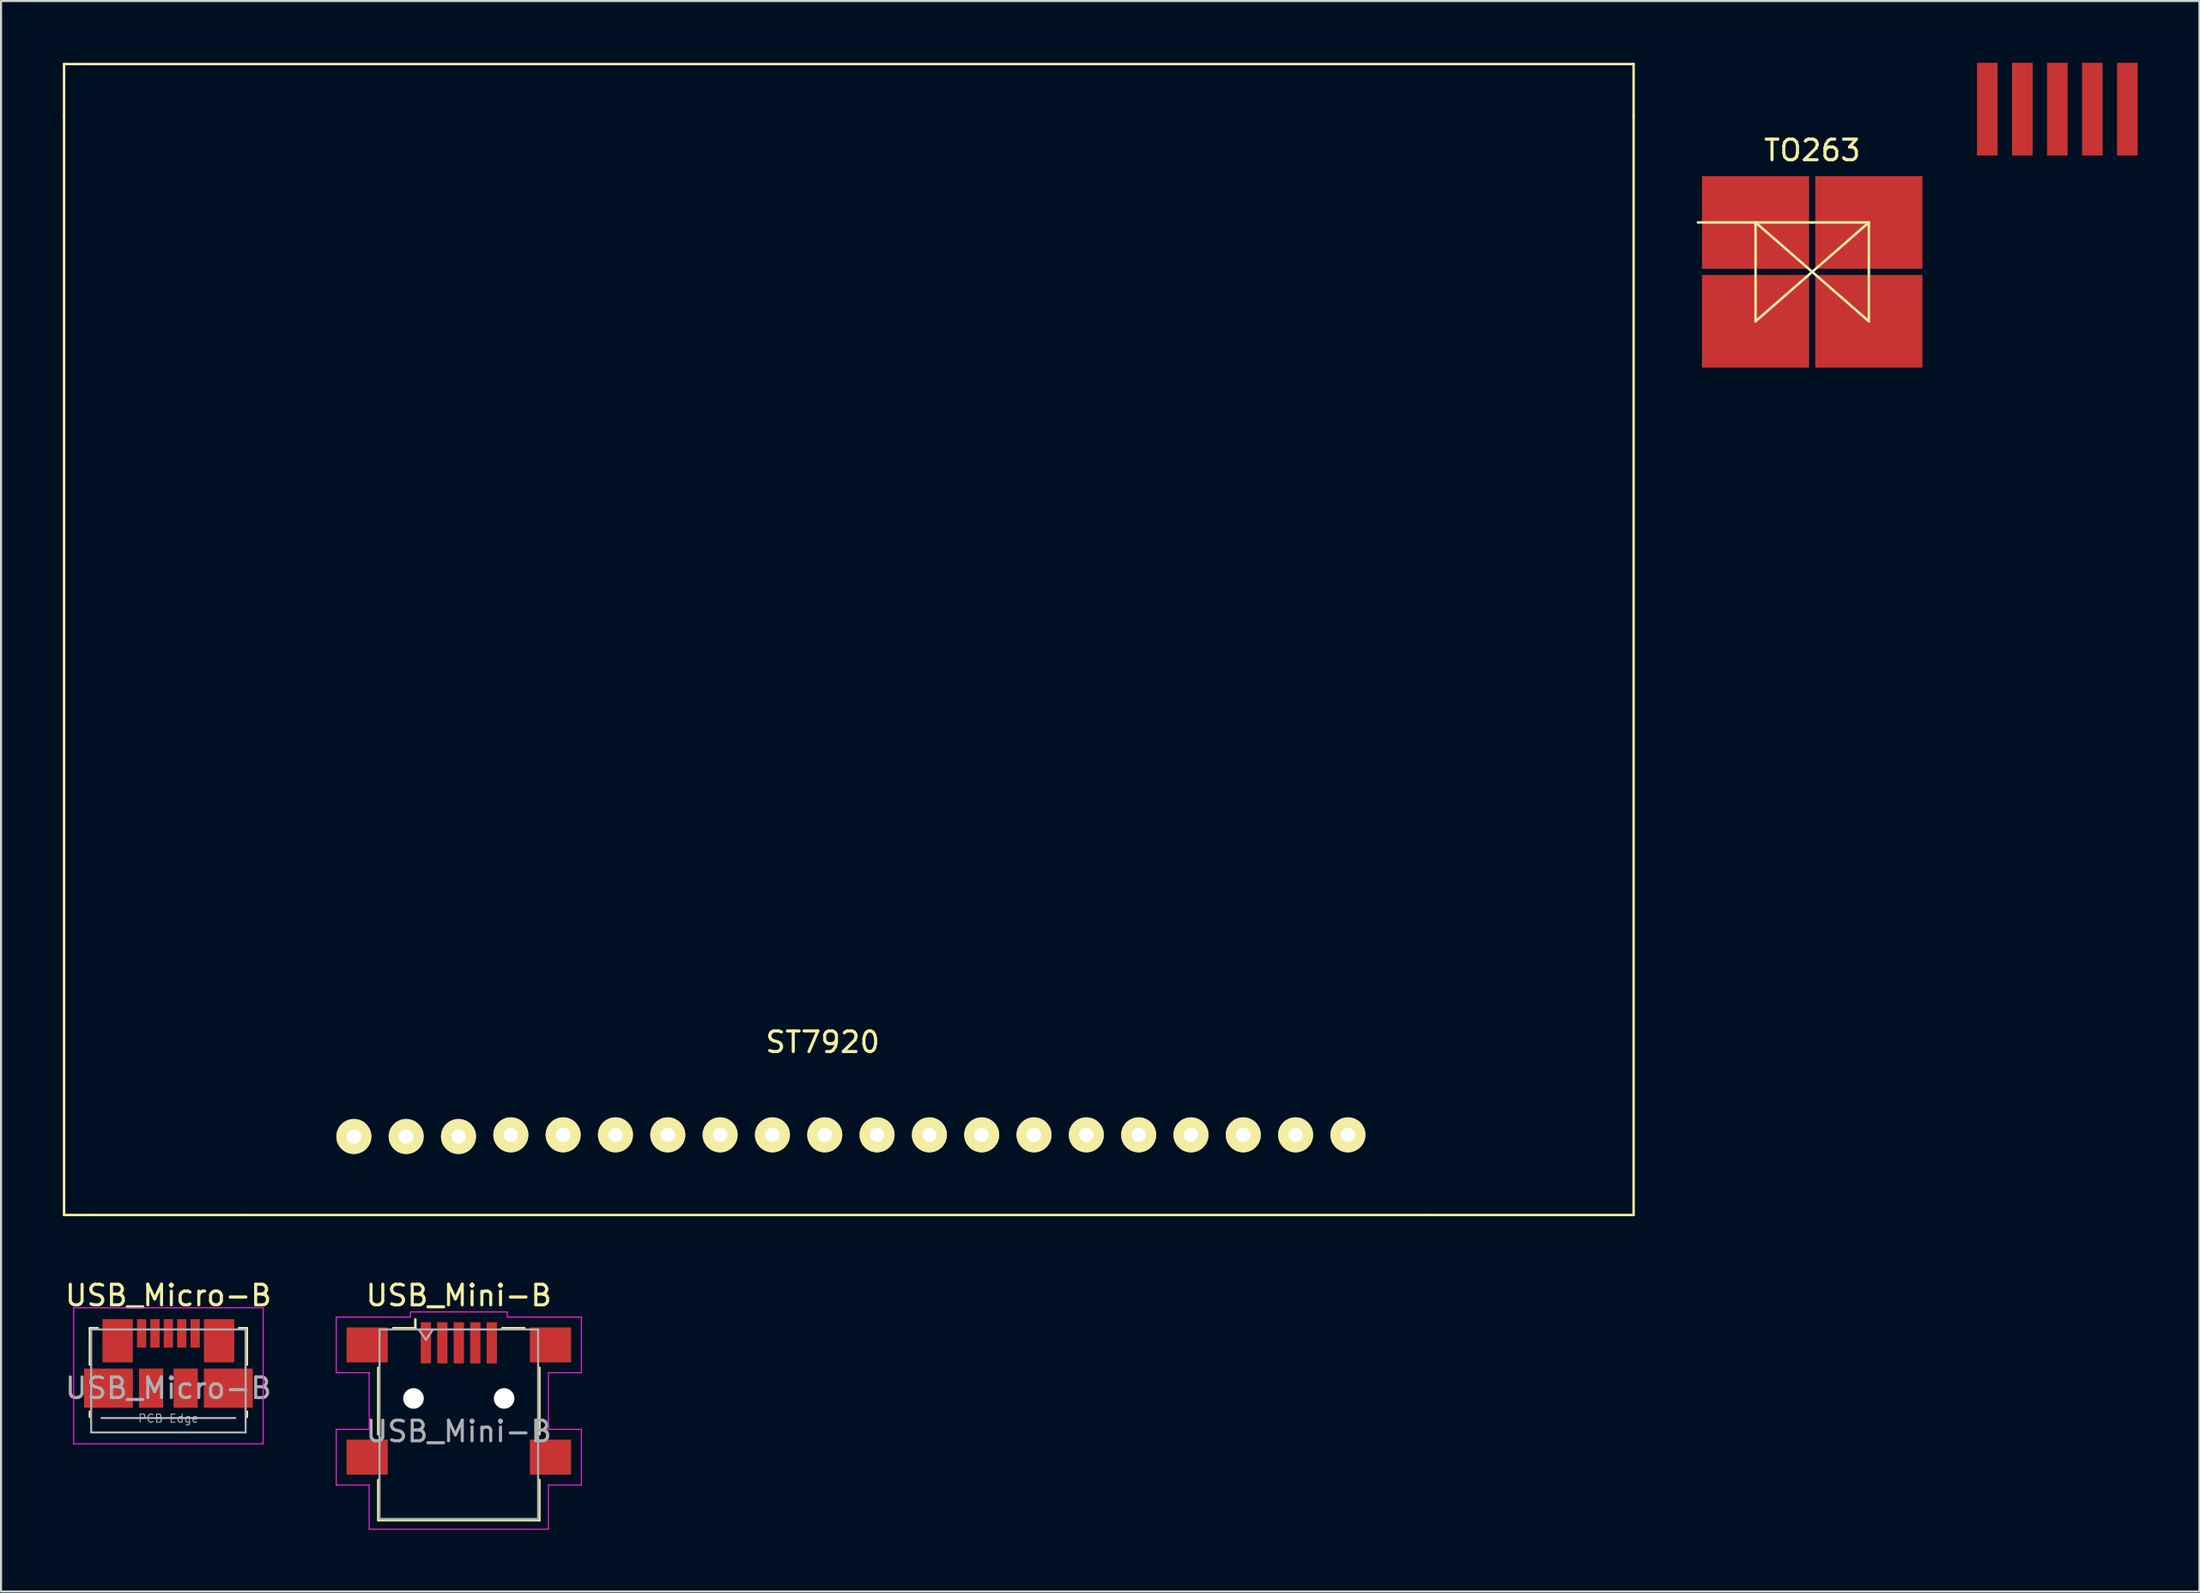
<source format=kicad_pcb>
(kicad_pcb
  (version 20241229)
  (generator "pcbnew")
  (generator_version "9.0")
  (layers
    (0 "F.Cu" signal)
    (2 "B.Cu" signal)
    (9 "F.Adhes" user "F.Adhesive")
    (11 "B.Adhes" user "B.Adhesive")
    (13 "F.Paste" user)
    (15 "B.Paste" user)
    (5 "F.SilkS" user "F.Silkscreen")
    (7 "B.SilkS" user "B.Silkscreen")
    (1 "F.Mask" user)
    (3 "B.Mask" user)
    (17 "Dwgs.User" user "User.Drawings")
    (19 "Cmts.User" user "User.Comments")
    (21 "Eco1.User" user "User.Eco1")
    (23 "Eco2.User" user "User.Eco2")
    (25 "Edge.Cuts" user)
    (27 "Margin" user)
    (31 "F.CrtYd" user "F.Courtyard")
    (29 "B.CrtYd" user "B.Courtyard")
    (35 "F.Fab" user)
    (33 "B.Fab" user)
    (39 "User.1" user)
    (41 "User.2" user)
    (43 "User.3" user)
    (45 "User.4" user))
  (footprint "USB_Mini-B"
    (layer "F.Cu")
    (at 19.225 64.848)
    (property "Reference" "USB_Mini-B" (at 0 -5 0) (layer "F.SilkS") (effects (font (size 1 1) (thickness 0.15))))
    (attr smd)
    (fp_line (start -3.91 1.74) (end -3.91 -1.49) (stroke (width 0.12) (type solid)) (layer "F.SilkS"))
    (fp_line (start -3.91 5.91) (end -3.91 3.96) (stroke (width 0.12) (type solid)) (layer "F.SilkS"))
    (fp_line (start -3.19 -3.41) (end -2.11 -3.41) (stroke (width 0.12) (type solid)) (layer "F.SilkS"))
    (fp_line (start -2.11 -3.41) (end -2.11 -3.84) (stroke (width 0.12) (type solid)) (layer "F.SilkS"))
    (fp_line (start 2.11 -3.41) (end 3.19 -3.41) (stroke (width 0.12) (type solid)) (layer "F.SilkS"))
    (fp_line (start 3.91 1.74) (end 3.91 -1.49) (stroke (width 0.12) (type solid)) (layer "F.SilkS"))
    (fp_line (start 3.91 5.91) (end -3.91 5.91) (stroke (width 0.12) (type solid)) (layer "F.SilkS"))
    (fp_line (start 3.91 5.91) (end 3.91 3.96) (stroke (width 0.12) (type solid)) (layer "F.SilkS"))
    (fp_line (start -5.95 -3.95) (end -5.95 -1.25) (stroke (width 0.05) (type solid)) (layer "F.CrtYd"))
    (fp_line (start -5.95 -3.95) (end -2.35 -3.95) (stroke (width 0.05) (type solid)) (layer "F.CrtYd"))
    (fp_line (start -5.95 1.5) (end -5.95 4.2) (stroke (width 0.05) (type solid)) (layer "F.CrtYd"))
    (fp_line (start -4.35 -1.25) (end -5.95 -1.25) (stroke (width 0.05) (type solid)) (layer "F.CrtYd"))
    (fp_line (start -4.35 -1.25) (end -4.35 1.5) (stroke (width 0.05) (type solid)) (layer "F.CrtYd"))
    (fp_line (start -4.35 1.5) (end -5.95 1.5) (stroke (width 0.05) (type solid)) (layer "F.CrtYd"))
    (fp_line (start -4.35 4.2) (end -5.95 4.2) (stroke (width 0.05) (type solid)) (layer "F.CrtYd"))
    (fp_line (start -4.35 6.35) (end -4.35 4.2) (stroke (width 0.05) (type solid)) (layer "F.CrtYd"))
    (fp_line (start -4.35 6.35) (end 4.35 6.35) (stroke (width 0.05) (type solid)) (layer "F.CrtYd"))
    (fp_line (start -2.35 -3.95) (end -2.35 -4.2) (stroke (width 0.05) (type solid)) (layer "F.CrtYd"))
    (fp_line (start 2.35 -4.2) (end -2.35 -4.2) (stroke (width 0.05) (type solid)) (layer "F.CrtYd"))
    (fp_line (start 2.35 -3.95) (end 2.35 -4.2) (stroke (width 0.05) (type solid)) (layer "F.CrtYd"))
    (fp_line (start 4.35 -1.25) (end 4.35 1.5) (stroke (width 0.05) (type solid)) (layer "F.CrtYd"))
    (fp_line (start 4.35 -1.25) (end 5.95 -1.25) (stroke (width 0.05) (type solid)) (layer "F.CrtYd"))
    (fp_line (start 4.35 1.5) (end 5.95 1.5) (stroke (width 0.05) (type solid)) (layer "F.CrtYd"))
    (fp_line (start 4.35 4.2) (end 5.95 4.2) (stroke (width 0.05) (type solid)) (layer "F.CrtYd"))
    (fp_line (start 4.35 6.35) (end 4.35 4.2) (stroke (width 0.05) (type solid)) (layer "F.CrtYd"))
    (fp_line (start 5.95 -3.95) (end 2.35 -3.95) (stroke (width 0.05) (type solid)) (layer "F.CrtYd"))
    (fp_line (start 5.95 -3.95) (end 5.95 -1.25) (stroke (width 0.05) (type solid)) (layer "F.CrtYd"))
    (fp_line (start 5.95 1.5) (end 5.95 4.2) (stroke (width 0.05) (type solid)) (layer "F.CrtYd"))
    (fp_line (start -3.85 -3.35) (end -3.85 5.85) (stroke (width 0.1) (type solid)) (layer "F.Fab"))
    (fp_line (start -3.85 -3.35) (end 3.85 -3.35) (stroke (width 0.1) (type solid)) (layer "F.Fab"))
    (fp_line (start -3.85 5.85) (end 3.85 5.85) (stroke (width 0.1) (type solid)) (layer "F.Fab"))
    (fp_line (start -1.95 -3.35) (end -1.6 -2.85) (stroke (width 0.1) (type solid)) (layer "F.Fab"))
    (fp_line (start -1.6 -2.85) (end -1.25 -3.35) (stroke (width 0.1) (type solid)) (layer "F.Fab"))
    (fp_line (start 3.85 5.85) (end 3.85 -3.35) (stroke (width 0.1) (type solid)) (layer "F.Fab"))
    (fp_text user "${REFERENCE}" (at 0 1.6 180) (layer "F.Fab") (effects (font (size 1 1) (thickness 0.15))))
    (pad "" np_thru_hole circle (at -2.2 0) (size 1 1) (drill 1) (layers "*.Cu" "*.Mask"))
    (pad "" np_thru_hole circle (at 2.2 0) (size 1 1) (drill 1) (layers "*.Cu" "*.Mask"))
    (pad "1" smd rect (at -1.6 -2.7) (size 0.5 2) (layers "F.Cu" "F.Mask" "F.Paste"))
    (pad "2" smd rect (at -0.8 -2.7) (size 0.5 2) (layers "F.Cu" "F.Mask" "F.Paste"))
    (pad "3" smd rect (at 0 -2.7) (size 0.5 2) (layers "F.Cu" "F.Mask" "F.Paste"))
    (pad "4" smd rect (at 0.8 -2.7) (size 0.5 2) (layers "F.Cu" "F.Mask" "F.Paste"))
    (pad "5" smd rect (at 1.6 -2.7) (size 0.5 2) (layers "F.Cu" "F.Mask" "F.Paste"))
    (pad "6" smd rect (at -4.45 -2.6) (size 2 1.7) (layers "F.Cu" "F.Mask" "F.Paste"))
    (pad "6" smd rect (at -4.45 2.85) (size 2 1.7) (layers "F.Cu" "F.Mask" "F.Paste"))
    (pad "6" smd rect (at 4.45 -2.6) (size 2 1.7) (layers "F.Cu" "F.Mask" "F.Paste"))
    (pad "6" smd rect (at 4.45 2.85) (size 2 1.7) (layers "F.Cu" "F.Mask" "F.Paste")))
  (footprint "TO263"
    (layer "F.Cu")
    (at 84.93 10.2)
    (property "Reference" "TO263" (at 0 -5.95 0) (layer "F.SilkS") (effects (font (size 1 1) (thickness 0.15))))
    (attr through_hole)
    (fp_line (start -2.75 -2.45) (end -5.55 -2.45) (stroke (width 0.12) (type solid)) (layer "F.SilkS"))
    (fp_line (start -2.75 -2.45) (end -2.75 2.35) (stroke (width 0.12) (type solid)) (layer "F.SilkS"))
    (fp_line (start -2.75 -2.45) (end 0 -2.45) (stroke (width 0.12) (type solid)) (layer "F.SilkS"))
    (fp_line (start -2.75 -2.45) (end 2.75 2.35) (stroke (width 0.12) (type solid)) (layer "F.SilkS"))
    (fp_line (start 0 -2.45) (end 2.75 -2.45) (stroke (width 0.12) (type solid)) (layer "F.SilkS"))
    (fp_line (start 2.75 -2.45) (end -2.75 2.35) (stroke (width 0.12) (type solid)) (layer "F.SilkS"))
    (fp_line (start 2.75 -2.45) (end 2.75 2.35) (stroke (width 0.12) (type solid)) (layer "F.SilkS"))
    (pad "1" smd rect (at -2.75 -2.45) (size 5.2 4.5) (layers "F.Cu" "F.Mask" "F.Paste"))
    (pad "1" smd rect (at -2.75 2.35) (size 5.2 4.5) (layers "F.Cu" "F.Mask" "F.Paste"))
    (pad "1" smd rect (at 2.75 -2.45) (size 5.2 4.5) (layers "F.Cu" "F.Mask" "F.Paste"))
    (pad "1" smd rect (at 2.75 2.35) (size 5.2 4.5) (layers "F.Cu" "F.Mask" "F.Paste"))
    (pad "1" smd rect (at 8.5 -7.95) (size 1 4.5) (layers "F.Cu" "F.Mask" "F.Paste"))
    (pad "1" smd rect (at 10.2 -7.95) (size 1 4.5) (layers "F.Cu" "F.Mask" "F.Paste"))
    (pad "1" smd rect (at 11.9 -7.95) (size 1 4.5) (layers "F.Cu" "F.Mask" "F.Paste"))
    (pad "1" smd rect (at 13.6 -7.95) (size 1 4.5) (layers "F.Cu" "F.Mask" "F.Paste"))
    (pad "1" smd rect (at 15.3 -7.95) (size 1 4.5) (layers "F.Cu" "F.Mask" "F.Paste")))
  (footprint "ST7920"
    (layer "F.Cu")
    (at 38.16 47.05)
    (property "Reference" "ST7920" (at -1.27 0.5 0) (layer "F.SilkS") (effects (font (size 1 1) (thickness 0.15))))
    (attr through_hole)
    (fp_line (start -38.1 -46.99) (end 38.1 -46.99) (stroke (width 0.12) (type solid)) (layer "F.SilkS"))
    (fp_line (start -38.1 -44.45) (end -38.1 -46.99) (stroke (width 0.12) (type solid)) (layer "F.SilkS"))
    (fp_line (start -38.1 -44.45) (end -38.1 8.89) (stroke (width 0.12) (type solid)) (layer "F.SilkS"))
    (fp_line (start -36.83 8.89) (end -38.1 8.89) (stroke (width 0.12) (type solid)) (layer "F.SilkS"))
    (fp_line (start -36.83 8.89) (end -29.21 8.89) (stroke (width 0.12) (type solid)) (layer "F.SilkS"))
    (fp_line (start -29.21 8.89) (end 27.94 8.89) (stroke (width 0.12) (type solid)) (layer "F.SilkS"))
    (fp_line (start 27.94 8.89) (end 38.1 8.89) (stroke (width 0.12) (type solid)) (layer "F.SilkS"))
    (fp_line (start 38.1 -46.99) (end 38.1 -44.45) (stroke (width 0.12) (type solid)) (layer "F.SilkS"))
    (fp_line (start 38.1 8.89) (end 38.1 -44.45) (stroke (width 0.12) (type solid)) (layer "F.SilkS"))
    (pad "1" thru_hole circle (at 24.23 5) (size 1.7 1.7) (drill 0.7) (layers "*.Cu" "*.Mask" "F.SilkS"))
    (pad "2" thru_hole circle (at 21.69 5) (size 1.7 1.7) (drill 0.7) (layers "*.Cu" "*.Mask" "F.SilkS"))
    (pad "3" thru_hole circle (at 19.15 5) (size 1.7 1.7) (drill 0.7) (layers "*.Cu" "*.Mask" "F.SilkS"))
    (pad "4" thru_hole circle (at 16.61 5) (size 1.7 1.7) (drill 0.7) (layers "*.Cu" "*.Mask" "F.SilkS"))
    (pad "5" thru_hole circle (at 14.07 5) (size 1.7 1.7) (drill 0.7) (layers "*.Cu" "*.Mask" "F.SilkS"))
    (pad "6" thru_hole circle (at 11.53 5) (size 1.7 1.7) (drill 0.7) (layers "*.Cu" "*.Mask" "F.SilkS"))
    (pad "7" thru_hole circle (at 8.99 5) (size 1.7 1.7) (drill 0.7) (layers "*.Cu" "*.Mask" "F.SilkS"))
    (pad "8" thru_hole circle (at 6.45 5) (size 1.7 1.7) (drill 0.7) (layers "*.Cu" "*.Mask" "F.SilkS"))
    (pad "9" thru_hole circle (at 3.91 5) (size 1.7 1.7) (drill 0.7) (layers "*.Cu" "*.Mask" "F.SilkS"))
    (pad "10" thru_hole circle (at 1.37 5) (size 1.7 1.7) (drill 0.7) (layers "*.Cu" "*.Mask" "F.SilkS"))
    (pad "11" thru_hole circle (at -1.17 5) (size 1.7 1.7) (drill 0.7) (layers "*.Cu" "*.Mask" "F.SilkS"))
    (pad "12" thru_hole circle (at -3.71 5) (size 1.7 1.7) (drill 0.7) (layers "*.Cu" "*.Mask" "F.SilkS"))
    (pad "13" thru_hole circle (at -6.25 5) (size 1.7 1.7) (drill 0.7) (layers "*.Cu" "*.Mask" "F.SilkS"))
    (pad "14" thru_hole circle (at -8.79 5) (size 1.7 1.7) (drill 0.7) (layers "*.Cu" "*.Mask" "F.SilkS"))
    (pad "15" thru_hole circle (at -11.33 5) (size 1.7 1.7) (drill 0.7) (layers "*.Cu" "*.Mask" "F.SilkS"))
    (pad "16" thru_hole circle (at -13.87 5) (size 1.7 1.7) (drill 0.7) (layers "*.Cu" "*.Mask" "F.SilkS"))
    (pad "17" thru_hole circle (at -16.41 5) (size 1.7 1.7) (drill 0.7) (layers "*.Cu" "*.Mask" "F.SilkS"))
    (pad "18" thru_hole circle (at -18.95 5.08) (size 1.7 1.7) (drill 0.7) (layers "*.Cu" "*.Mask" "F.SilkS"))
    (pad "19" thru_hole circle (at -21.49 5.08) (size 1.7 1.7) (drill 0.7) (layers "*.Cu" "*.Mask" "F.SilkS"))
    (pad "20" thru_hole circle (at -24.03 5.08) (size 1.7 1.7) (drill 0.7) (layers "*.Cu" "*.Mask" "F.SilkS")))
  (footprint "USB_Micro-B"
    (layer "F.Cu")
    (at 5.125 64.348)
    (property "Reference" "USB_Micro-B" (at 0 -4.5 180) (layer "F.SilkS") (effects (font (size 1 1) (thickness 0.15))))
    (attr smd)
    (fp_line (start -3.81 -2.91) (end -3.43 -2.91) (stroke (width 0.12) (type solid)) (layer "F.SilkS"))
    (fp_line (start -3.81 -1.14) (end -3.81 -2.91) (stroke (width 0.12) (type solid)) (layer "F.SilkS"))
    (fp_line (start -3.81 1.4) (end -3.81 1.14) (stroke (width 0.12) (type solid)) (layer "F.SilkS"))
    (fp_line (start 3.81 -2.91) (end 3.43 -2.91) (stroke (width 0.12) (type solid)) (layer "F.SilkS"))
    (fp_line (start 3.81 -2.91) (end 3.81 -1.14) (stroke (width 0.12) (type solid)) (layer "F.SilkS"))
    (fp_line (start 3.81 1.14) (end 3.81 1.4) (stroke (width 0.12) (type solid)) (layer "F.SilkS"))
    (fp_line (start -4.6 -3.9) (end 4.6 -3.9) (stroke (width 0.05) (type solid)) (layer "F.CrtYd"))
    (fp_line (start -4.6 2.7) (end -4.6 -3.9) (stroke (width 0.05) (type solid)) (layer "F.CrtYd"))
    (fp_line (start 4.6 -3.9) (end 4.6 2.7) (stroke (width 0.05) (type solid)) (layer "F.CrtYd"))
    (fp_line (start 4.6 2.7) (end -4.6 2.7) (stroke (width 0.05) (type solid)) (layer "F.CrtYd"))
    (fp_line (start -3.75 -2.85) (end 3.75 -2.85) (stroke (width 0.1) (type solid)) (layer "F.Fab"))
    (fp_line (start -3.75 2.15) (end -3.75 -2.85) (stroke (width 0.1) (type solid)) (layer "F.Fab"))
    (fp_line (start -3.25 1.45) (end 3.25 1.45) (stroke (width 0.1) (type solid)) (layer "F.Fab"))
    (fp_line (start 3.75 -2.85) (end 3.75 2.15) (stroke (width 0.1) (type solid)) (layer "F.Fab"))
    (fp_line (start 3.75 2.15) (end -3.75 2.15) (stroke (width 0.1) (type solid)) (layer "F.Fab"))
    (fp_text user "PCB Edge" (at 0 1.47 180) (layer "Dwgs.User") (effects (font (size 0.4 0.4) (thickness 0.04))))
    (fp_text user "${REFERENCE}" (at 0 0 0) (layer "F.Fab") (effects (font (size 1 1) (thickness 0.15))))
    (pad "" smd rect (at -2.91 0) (size 2.375 1.9) (layers "F.Cu" "F.Mask" "F.Paste"))
    (pad "" smd rect (at -2.462 -2.3) (size 1.475 2.1) (layers "F.Cu" "F.Mask" "F.Paste"))
    (pad "" smd rect (at -0.84 0) (size 1.175 1.9) (layers "F.Cu" "F.Mask" "F.Paste"))
    (pad "" smd rect (at 0.84 0) (size 1.175 1.9) (layers "F.Cu" "F.Mask" "F.Paste"))
    (pad "" smd rect (at 2.462 -2.3) (size 1.475 2.1) (layers "F.Cu" "F.Mask" "F.Paste"))
    (pad "" smd rect (at 2.91 0) (size 2.375 1.9) (layers "F.Cu" "F.Mask" "F.Paste"))
    (pad "1" smd rect (at -1.3 -2.66) (size 0.45 1.38) (layers "F.Cu" "F.Mask" "F.Paste"))
    (pad "2" smd rect (at -0.65 -2.66) (size 0.45 1.38) (layers "F.Cu" "F.Mask" "F.Paste"))
    (pad "3" smd rect (at 0 -2.66) (size 0.45 1.38) (layers "F.Cu" "F.Mask" "F.Paste"))
    (pad "4" smd rect (at 0.65 -2.66) (size 0.45 1.38) (layers "F.Cu" "F.Mask" "F.Paste"))
    (pad "5" smd rect (at 1.3 -2.66) (size 0.45 1.38) (layers "F.Cu" "F.Mask" "F.Paste")))
  (gr_rect
    (start -3 -3)
    (end 103.73 74.223)
    (stroke (width 0.1) (type default))
    (fill no)
    (layer "Edge.Cuts")))
</source>
